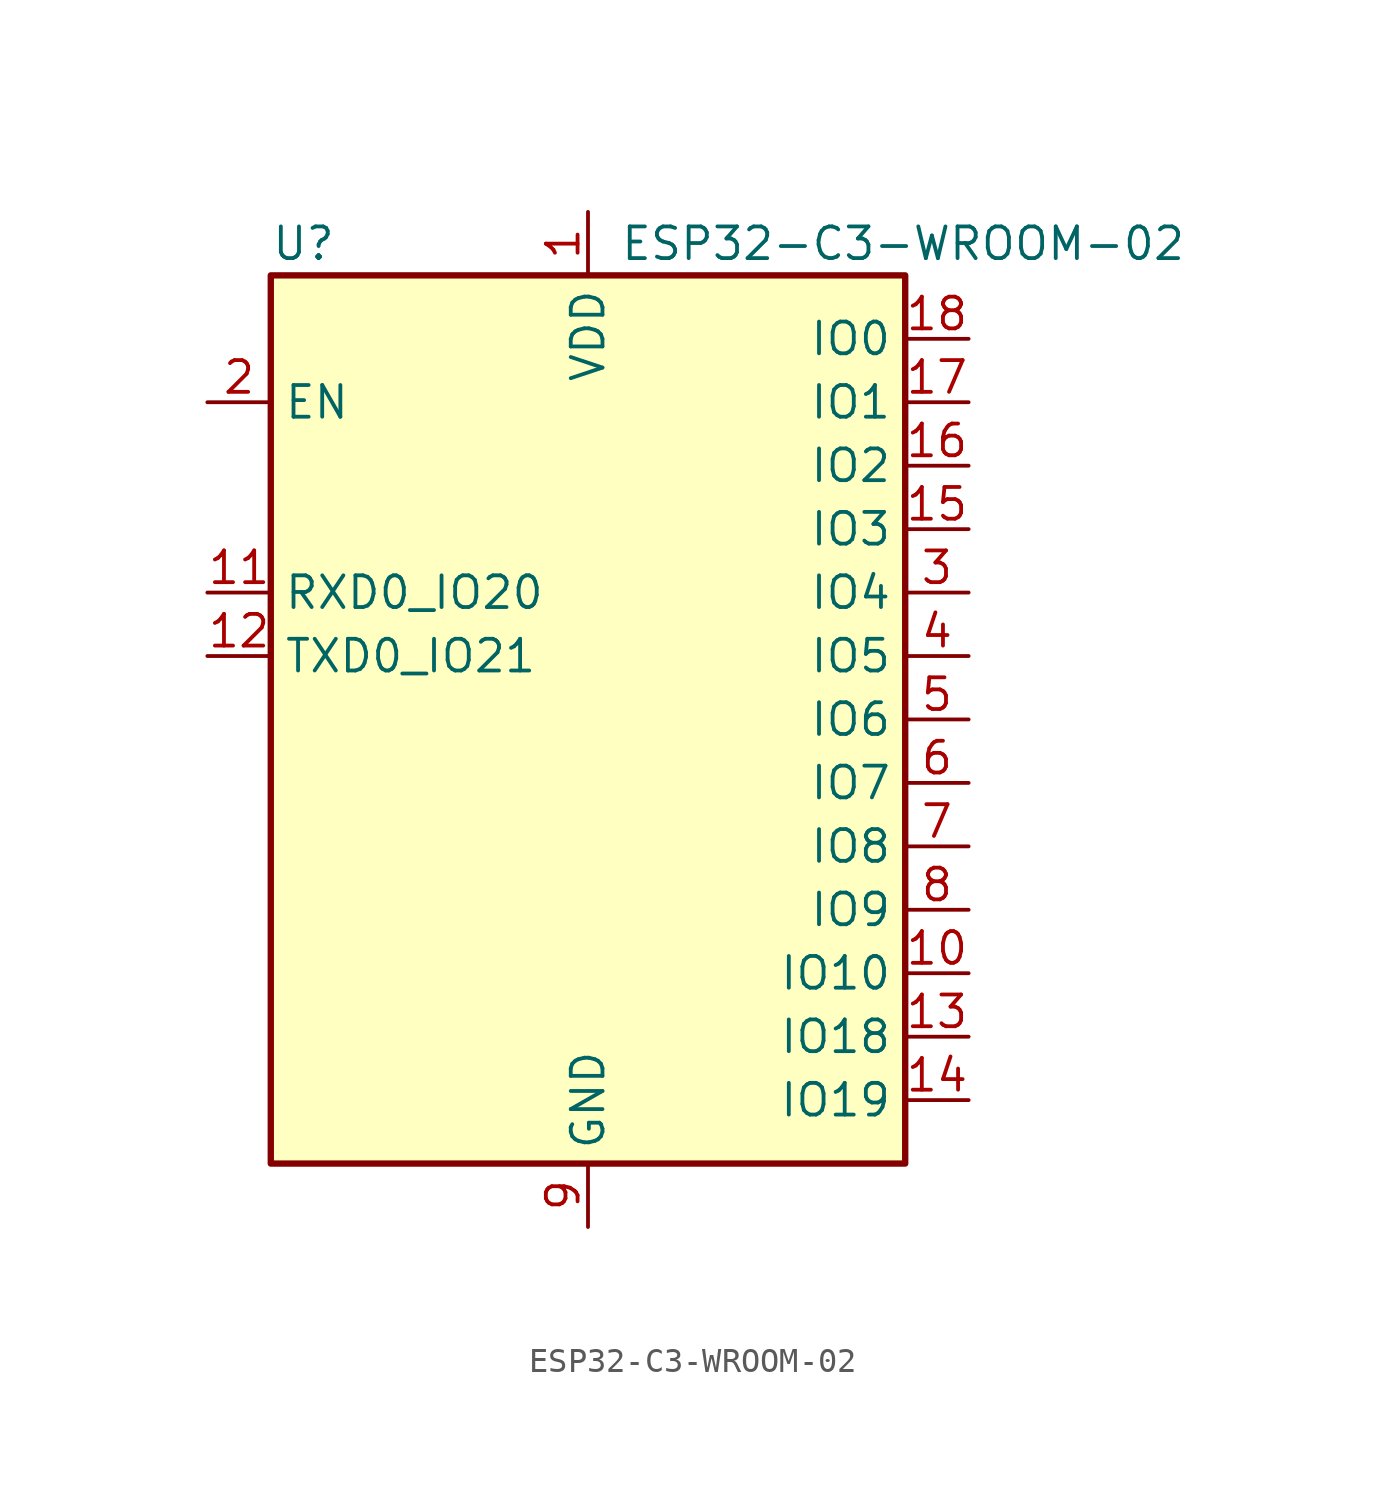
<source format=kicad_sym>
(kicad_symbol_lib
  (version 20211014)
  (generator kicad_symbol_editor)
  (symbol "ESP32-­C3-­WROOM-­02"
    (property "Reference" "U"
      (at -12.7 19.05 0)
      (effects (font (size 1.27 1.27)) (justify left)))
    (property "Value" "ESP32-­C3-­WROOM-­02"
      (at 1.27 19.05 0)
      (effects (font (size 1.27 1.27)) (justify left)))
    (symbol "ESP32-­C3-­WROOM-­02_0_1"
      (rectangle (start -12.7 17.78) (end 12.7 -17.78) (stroke (width 0.254) (type default) (color 0 0 0 0)) (fill (type background))))
    (symbol "ESP32-­C3-­WROOM-­02_1_1"
      (pin power_in line (at 0 20.32 270) (length 2.54) (name "VDD" (effects (font (size 1.27 1.27)))) (number "1" (effects (font (size 1.27 1.27)))))
      (pin bidirectional line (at 15.24 -10.16 180) (length 2.54) (name "IO10" (effects (font (size 1.27 1.27)))) (number "10" (effects (font (size 1.27 1.27)))))
      (pin bidirectional line (at -15.24 5.08 0) (length 2.54) (name "RXD0_IO20" (effects (font (size 1.27 1.27)))) (number "11" (effects (font (size 1.27 1.27)))))
      (pin bidirectional line (at -15.24 2.54 0) (length 2.54) (name "TXD0_IO21" (effects (font (size 1.27 1.27)))) (number "12" (effects (font (size 1.27 1.27)))))
      (pin bidirectional line (at 15.24 -12.7 180) (length 2.54) (name "IO18" (effects (font (size 1.27 1.27)))) (number "13" (effects (font (size 1.27 1.27)))))
      (pin bidirectional line (at 15.24 -15.24 180) (length 2.54) (name "IO19" (effects (font (size 1.27 1.27)))) (number "14" (effects (font (size 1.27 1.27)))))
      (pin bidirectional line (at 15.24 7.62 180) (length 2.54) (name "IO3" (effects (font (size 1.27 1.27)))) (number "15" (effects (font (size 1.27 1.27)))))
      (pin bidirectional line (at 15.24 10.16 180) (length 2.54) (name "IO2" (effects (font (size 1.27 1.27)))) (number "16" (effects (font (size 1.27 1.27)))))
      (pin bidirectional line (at 15.24 12.7 180) (length 2.54) (name "IO1" (effects (font (size 1.27 1.27)))) (number "17" (effects (font (size 1.27 1.27)))))
      (pin bidirectional line (at 15.24 15.24 180) (length 2.54) (name "IO0" (effects (font (size 1.27 1.27)))) (number "18" (effects (font (size 1.27 1.27)))))
      (pin passive line (at 0 -20.32 90) (length 2.54) hide (name "GND" (effects (font (size 1.27 1.27)))) (number "19" (effects (font (size 1.27 1.27)))))
      (pin input line (at -15.24 12.7 0) (length 2.54) (name "EN" (effects (font (size 1.27 1.27)))) (number "2" (effects (font (size 1.27 1.27)))))
      (pin bidirectional line (at 15.24 5.08 180) (length 2.54) (name "IO4" (effects (font (size 1.27 1.27)))) (number "3" (effects (font (size 1.27 1.27)))))
      (pin bidirectional line (at 15.24 2.54 180) (length 2.54) (name "IO5" (effects (font (size 1.27 1.27)))) (number "4" (effects (font (size 1.27 1.27)))))
      (pin bidirectional line (at 15.24 0 180) (length 2.54) (name "IO6" (effects (font (size 1.27 1.27)))) (number "5" (effects (font (size 1.27 1.27)))))
      (pin bidirectional line (at 15.24 -2.54 180) (length 2.54) (name "IO7" (effects (font (size 1.27 1.27)))) (number "6" (effects (font (size 1.27 1.27)))))
      (pin bidirectional line (at 15.24 -5.08 180) (length 2.54) (name "IO8" (effects (font (size 1.27 1.27)))) (number "7" (effects (font (size 1.27 1.27)))))
      (pin bidirectional line (at 15.24 -7.62 180) (length 2.54) (name "IO9" (effects (font (size 1.27 1.27)))) (number "8" (effects (font (size 1.27 1.27)))))
      (pin power_in line (at 0 -20.32 90) (length 2.54) (name "GND" (effects (font (size 1.27 1.27)))) (number "9" (effects (font (size 1.27 1.27))))))))
</source>
